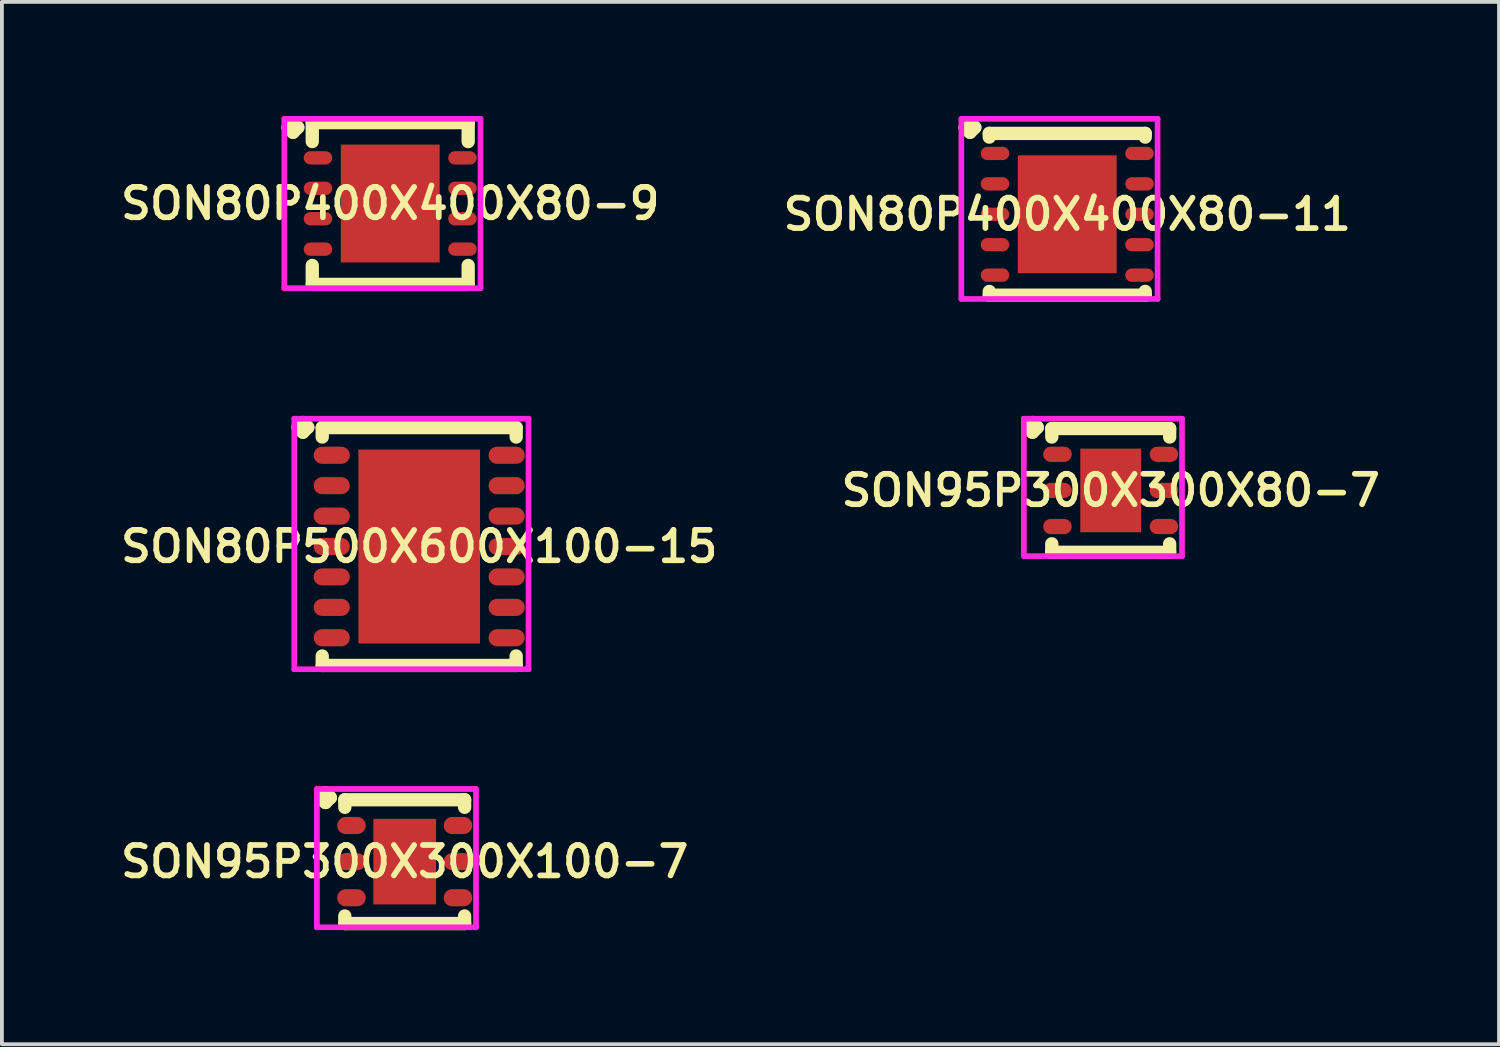
<source format=kicad_pcb>
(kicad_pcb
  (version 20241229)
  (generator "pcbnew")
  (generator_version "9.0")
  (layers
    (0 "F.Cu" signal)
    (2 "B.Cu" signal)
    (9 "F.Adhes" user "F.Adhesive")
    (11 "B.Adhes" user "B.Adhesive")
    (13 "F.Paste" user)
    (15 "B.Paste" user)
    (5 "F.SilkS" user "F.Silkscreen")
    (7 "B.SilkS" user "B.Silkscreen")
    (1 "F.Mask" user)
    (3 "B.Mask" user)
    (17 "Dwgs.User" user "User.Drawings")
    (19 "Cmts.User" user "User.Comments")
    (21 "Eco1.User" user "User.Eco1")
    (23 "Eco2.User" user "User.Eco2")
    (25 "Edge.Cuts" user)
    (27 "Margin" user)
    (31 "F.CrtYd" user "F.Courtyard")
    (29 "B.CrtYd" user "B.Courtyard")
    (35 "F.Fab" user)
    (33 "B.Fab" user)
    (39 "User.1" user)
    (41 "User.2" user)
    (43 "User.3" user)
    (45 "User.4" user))
  (footprint "SON80P400X400X80-9"
    (layer "F.Cu")
    (at 7.212 2.302)
    (property "Reference" "SON80P400X400X80-9" (at 0 0 0) (layer "F.SilkS") (effects (font (size 0.8 0.8) (thickness 0.15))))
    (attr smd)
    (fp_line (start -2.685 -2) (end -2.558 -2.127) (stroke (width 0.35) (type solid)) (layer "F.SilkS"))
    (fp_line (start -2.558 -2.127) (end -2.431 -2) (stroke (width 0.35) (type solid)) (layer "F.SilkS"))
    (fp_line (start -2.558 -1.873) (end -2.685 -2) (stroke (width 0.35) (type solid)) (layer "F.SilkS"))
    (fp_line (start -2.431 -2) (end -2.558 -1.873) (stroke (width 0.35) (type solid)) (layer "F.SilkS"))
    (fp_line (start -2.05 -2.127) (end 2.05 -2.127) (stroke (width 0.35) (type solid)) (layer "F.SilkS"))
    (fp_line (start -2.05 -1.629) (end -2.05 -2.127) (stroke (width 0.35) (type solid)) (layer "F.SilkS"))
    (fp_line (start -2.05 1.629) (end -2.05 2.127) (stroke (width 0.35) (type solid)) (layer "F.SilkS"))
    (fp_line (start -2.05 2.127) (end 2.05 2.127) (stroke (width 0.35) (type solid)) (layer "F.SilkS"))
    (fp_line (start 2.05 -2.127) (end 2.05 -1.629) (stroke (width 0.35) (type solid)) (layer "F.SilkS"))
    (fp_line (start 2.05 2.127) (end 2.05 1.629) (stroke (width 0.35) (type solid)) (layer "F.SilkS"))
    (fp_line (start -2.785 -2.227) (end 2.375 -2.227) (stroke (width 0.15) (type solid)) (layer "F.CrtYd"))
    (fp_line (start -2.785 2.227) (end -2.785 -2.227) (stroke (width 0.15) (type solid)) (layer "F.CrtYd"))
    (fp_line (start 2.375 -2.227) (end 2.375 2.227) (stroke (width 0.15) (type solid)) (layer "F.CrtYd"))
    (fp_line (start 2.375 2.227) (end -2.785 2.227) (stroke (width 0.15) (type solid)) (layer "F.CrtYd"))
    (pad "1" smd oval (at -1.9 -1.2) (size 0.75 0.35) (layers "F.Cu" "F.Mask" "F.Paste"))
    (pad "2" smd oval (at -1.9 -0.4) (size 0.75 0.35) (layers "F.Cu" "F.Mask" "F.Paste"))
    (pad "3" smd oval (at -1.9 0.4) (size 0.75 0.35) (layers "F.Cu" "F.Mask" "F.Paste"))
    (pad "4" smd oval (at -1.9 1.2) (size 0.75 0.35) (layers "F.Cu" "F.Mask" "F.Paste"))
    (pad "5" smd oval (at 1.9 1.2) (size 0.75 0.35) (layers "F.Cu" "F.Mask" "F.Paste"))
    (pad "6" smd oval (at 1.9 0.4) (size 0.75 0.35) (layers "F.Cu" "F.Mask" "F.Paste"))
    (pad "7" smd oval (at 1.9 -0.4) (size 0.75 0.35) (layers "F.Cu" "F.Mask" "F.Paste"))
    (pad "8" smd oval (at 1.9 -1.2) (size 0.75 0.35) (layers "F.Cu" "F.Mask" "F.Paste"))
    (pad "9" smd rect (at 0 0) (size 2.6 3.1) (layers "F.Cu" "F.Mask" "F.Paste")))
  (footprint "SON80P400X400X80-11"
    (layer "F.Cu")
    (at 25.016 2.585)
    (property "Reference" "SON80P400X400X80-11" (at 0 0 0) (layer "F.SilkS") (effects (font (size 0.8 0.8) (thickness 0.15))))
    (attr smd)
    (fp_line (start -2.685 -2.283) (end -2.558 -2.41) (stroke (width 0.35) (type solid)) (layer "F.SilkS"))
    (fp_line (start -2.558 -2.41) (end -2.431 -2.283) (stroke (width 0.35) (type solid)) (layer "F.SilkS"))
    (fp_line (start -2.558 -2.156) (end -2.685 -2.283) (stroke (width 0.35) (type solid)) (layer "F.SilkS"))
    (fp_line (start -2.431 -2.283) (end -2.558 -2.156) (stroke (width 0.35) (type solid)) (layer "F.SilkS"))
    (fp_line (start -2.05 -2.127) (end 2.05 -2.127) (stroke (width 0.35) (type solid)) (layer "F.SilkS"))
    (fp_line (start -2.05 -2.029) (end -2.05 -2.127) (stroke (width 0.35) (type solid)) (layer "F.SilkS"))
    (fp_line (start -2.05 2.029) (end -2.05 2.127) (stroke (width 0.35) (type solid)) (layer "F.SilkS"))
    (fp_line (start -2.05 2.127) (end 2.05 2.127) (stroke (width 0.35) (type solid)) (layer "F.SilkS"))
    (fp_line (start 2.05 -2.127) (end 2.05 -2.029) (stroke (width 0.35) (type solid)) (layer "F.SilkS"))
    (fp_line (start 2.05 2.127) (end 2.05 2.029) (stroke (width 0.35) (type solid)) (layer "F.SilkS"))
    (fp_line (start -2.785 -2.51) (end 2.375 -2.51) (stroke (width 0.15) (type solid)) (layer "F.CrtYd"))
    (fp_line (start -2.785 2.227) (end -2.785 -2.51) (stroke (width 0.15) (type solid)) (layer "F.CrtYd"))
    (fp_line (start 2.375 -2.51) (end 2.375 2.227) (stroke (width 0.15) (type solid)) (layer "F.CrtYd"))
    (fp_line (start 2.375 2.227) (end -2.785 2.227) (stroke (width 0.15) (type solid)) (layer "F.CrtYd"))
    (pad "1" smd oval (at -1.9 -1.6) (size 0.75 0.35) (layers "F.Cu" "F.Mask" "F.Paste"))
    (pad "2" smd oval (at -1.9 -0.8) (size 0.75 0.35) (layers "F.Cu" "F.Mask" "F.Paste"))
    (pad "3" smd oval (at -1.9 0) (size 0.75 0.35) (layers "F.Cu" "F.Mask" "F.Paste"))
    (pad "4" smd oval (at -1.9 0.8) (size 0.75 0.35) (layers "F.Cu" "F.Mask" "F.Paste"))
    (pad "5" smd oval (at -1.9 1.6) (size 0.75 0.35) (layers "F.Cu" "F.Mask" "F.Paste"))
    (pad "6" smd oval (at 1.9 1.6) (size 0.75 0.35) (layers "F.Cu" "F.Mask" "F.Paste"))
    (pad "7" smd oval (at 1.9 0.8) (size 0.75 0.35) (layers "F.Cu" "F.Mask" "F.Paste"))
    (pad "8" smd oval (at 1.9 0) (size 0.75 0.35) (layers "F.Cu" "F.Mask" "F.Paste"))
    (pad "9" smd oval (at 1.9 -0.8) (size 0.75 0.35) (layers "F.Cu" "F.Mask" "F.Paste"))
    (pad "10" smd oval (at 1.9 -1.6) (size 0.75 0.35) (layers "F.Cu" "F.Mask" "F.Paste"))
    (pad "11" smd rect (at 0 0) (size 2.6 3.1) (layers "F.Cu" "F.Mask" "F.Paste")))
  (footprint "SON95P300X300X100-7"
    (layer "F.Cu")
    (at 7.593 19.609)
    (property "Reference" "SON95P300X300X100-7" (at 0 0 0) (layer "F.SilkS") (effects (font (size 0.8 0.8) (thickness 0.15))))
    (attr smd)
    (fp_line (start -2.21 -1.683) (end -2.083 -1.81) (stroke (width 0.35) (type solid)) (layer "F.SilkS"))
    (fp_line (start -2.083 -1.81) (end -1.956 -1.683) (stroke (width 0.35) (type solid)) (layer "F.SilkS"))
    (fp_line (start -2.083 -1.556) (end -2.21 -1.683) (stroke (width 0.35) (type solid)) (layer "F.SilkS"))
    (fp_line (start -1.956 -1.683) (end -2.083 -1.556) (stroke (width 0.35) (type solid)) (layer "F.SilkS"))
    (fp_line (start -1.575 -1.627) (end 1.575 -1.627) (stroke (width 0.35) (type solid)) (layer "F.SilkS"))
    (fp_line (start -1.575 -1.429) (end -1.575 -1.627) (stroke (width 0.35) (type solid)) (layer "F.SilkS"))
    (fp_line (start -1.575 1.429) (end -1.575 1.627) (stroke (width 0.35) (type solid)) (layer "F.SilkS"))
    (fp_line (start -1.575 1.627) (end 1.575 1.627) (stroke (width 0.35) (type solid)) (layer "F.SilkS"))
    (fp_line (start 1.575 -1.627) (end 1.575 -1.429) (stroke (width 0.35) (type solid)) (layer "F.SilkS"))
    (fp_line (start 1.575 1.627) (end 1.575 1.429) (stroke (width 0.35) (type solid)) (layer "F.SilkS"))
    (fp_line (start -2.31 -1.91) (end 1.875 -1.91) (stroke (width 0.15) (type solid)) (layer "F.CrtYd"))
    (fp_line (start -2.31 1.727) (end -2.31 -1.91) (stroke (width 0.15) (type solid)) (layer "F.CrtYd"))
    (fp_line (start 1.875 -1.91) (end 1.875 1.727) (stroke (width 0.15) (type solid)) (layer "F.CrtYd"))
    (fp_line (start 1.875 1.727) (end -2.31 1.727) (stroke (width 0.15) (type solid)) (layer "F.CrtYd"))
    (pad "1" smd oval (at -1.4 -0.95) (size 0.75 0.45) (layers "F.Cu" "F.Mask" "F.Paste"))
    (pad "2" smd oval (at -1.4 0) (size 0.75 0.45) (layers "F.Cu" "F.Mask" "F.Paste"))
    (pad "3" smd oval (at -1.4 0.95) (size 0.75 0.45) (layers "F.Cu" "F.Mask" "F.Paste"))
    (pad "4" smd oval (at 1.4 0.95) (size 0.75 0.45) (layers "F.Cu" "F.Mask" "F.Paste"))
    (pad "5" smd oval (at 1.4 0) (size 0.75 0.45) (layers "F.Cu" "F.Mask" "F.Paste"))
    (pad "6" smd oval (at 1.4 -0.95) (size 0.75 0.45) (layers "F.Cu" "F.Mask" "F.Paste"))
    (pad "7" smd rect (at 0 0) (size 1.65 2.25) (layers "F.Cu" "F.Mask" "F.Paste")))
  (footprint "SON80P500X600X100-15"
    (layer "F.Cu")
    (at 7.974 11.322)
    (property "Reference" "SON80P500X600X100-15" (at 0 0 0) (layer "F.SilkS") (effects (font (size 0.8 0.8) (thickness 0.15))))
    (attr smd)
    (fp_line (start -3.185 -3.133) (end -3.058 -3.26) (stroke (width 0.35) (type solid)) (layer "F.SilkS"))
    (fp_line (start -3.058 -3.26) (end -2.931 -3.133) (stroke (width 0.35) (type solid)) (layer "F.SilkS"))
    (fp_line (start -3.058 -3.006) (end -3.185 -3.133) (stroke (width 0.35) (type solid)) (layer "F.SilkS"))
    (fp_line (start -2.931 -3.133) (end -3.058 -3.006) (stroke (width 0.35) (type solid)) (layer "F.SilkS"))
    (fp_line (start -2.55 -3.127) (end 2.55 -3.127) (stroke (width 0.35) (type solid)) (layer "F.SilkS"))
    (fp_line (start -2.55 -2.879) (end -2.55 -3.127) (stroke (width 0.35) (type solid)) (layer "F.SilkS"))
    (fp_line (start -2.55 2.879) (end -2.55 3.127) (stroke (width 0.35) (type solid)) (layer "F.SilkS"))
    (fp_line (start -2.55 3.127) (end 2.55 3.127) (stroke (width 0.35) (type solid)) (layer "F.SilkS"))
    (fp_line (start 2.55 -3.127) (end 2.55 -2.879) (stroke (width 0.35) (type solid)) (layer "F.SilkS"))
    (fp_line (start 2.55 3.127) (end 2.55 2.879) (stroke (width 0.35) (type solid)) (layer "F.SilkS"))
    (fp_line (start -3.285 -3.36) (end 2.875 -3.36) (stroke (width 0.15) (type solid)) (layer "F.CrtYd"))
    (fp_line (start -3.285 3.227) (end -3.285 -3.36) (stroke (width 0.15) (type solid)) (layer "F.CrtYd"))
    (fp_line (start 2.875 -3.36) (end 2.875 3.227) (stroke (width 0.15) (type solid)) (layer "F.CrtYd"))
    (fp_line (start 2.875 3.227) (end -3.285 3.227) (stroke (width 0.15) (type solid)) (layer "F.CrtYd"))
    (pad "1" smd oval (at -2.3 -2.4) (size 0.95 0.45) (layers "F.Cu" "F.Mask" "F.Paste"))
    (pad "2" smd oval (at -2.3 -1.6) (size 0.95 0.45) (layers "F.Cu" "F.Mask" "F.Paste"))
    (pad "3" smd oval (at -2.3 -0.8) (size 0.95 0.45) (layers "F.Cu" "F.Mask" "F.Paste"))
    (pad "4" smd oval (at -2.3 0) (size 0.95 0.45) (layers "F.Cu" "F.Mask" "F.Paste"))
    (pad "5" smd oval (at -2.3 0.8) (size 0.95 0.45) (layers "F.Cu" "F.Mask" "F.Paste"))
    (pad "6" smd oval (at -2.3 1.6) (size 0.95 0.45) (layers "F.Cu" "F.Mask" "F.Paste"))
    (pad "7" smd oval (at -2.3 2.4) (size 0.95 0.45) (layers "F.Cu" "F.Mask" "F.Paste"))
    (pad "8" smd oval (at 2.3 2.4) (size 0.95 0.45) (layers "F.Cu" "F.Mask" "F.Paste"))
    (pad "9" smd oval (at 2.3 1.6) (size 0.95 0.45) (layers "F.Cu" "F.Mask" "F.Paste"))
    (pad "10" smd oval (at 2.3 0.8) (size 0.95 0.45) (layers "F.Cu" "F.Mask" "F.Paste"))
    (pad "11" smd oval (at 2.3 0) (size 0.95 0.45) (layers "F.Cu" "F.Mask" "F.Paste"))
    (pad "12" smd oval (at 2.3 -0.8) (size 0.95 0.45) (layers "F.Cu" "F.Mask" "F.Paste"))
    (pad "13" smd oval (at 2.3 -1.6) (size 0.95 0.45) (layers "F.Cu" "F.Mask" "F.Paste"))
    (pad "14" smd oval (at 2.3 -2.4) (size 0.95 0.45) (layers "F.Cu" "F.Mask" "F.Paste"))
    (pad "15" smd rect (at 0 0) (size 3.2 5.1) (layers "F.Cu" "F.Mask" "F.Paste")))
  (footprint "SON95P300X300X80-7"
    (layer "F.Cu")
    (at 26.159 9.847)
    (property "Reference" "SON95P300X300X80-7" (at 0 0 0) (layer "F.SilkS") (effects (font (size 0.8 0.8) (thickness 0.15))))
    (attr smd)
    (fp_line (start -2.185 -1.658) (end -2.058 -1.785) (stroke (width 0.35) (type solid)) (layer "F.SilkS"))
    (fp_line (start -2.058 -1.785) (end -1.931 -1.658) (stroke (width 0.35) (type solid)) (layer "F.SilkS"))
    (fp_line (start -2.058 -1.531) (end -2.185 -1.658) (stroke (width 0.35) (type solid)) (layer "F.SilkS"))
    (fp_line (start -1.931 -1.658) (end -2.058 -1.531) (stroke (width 0.35) (type solid)) (layer "F.SilkS"))
    (fp_line (start -1.55 -1.627) (end 1.55 -1.627) (stroke (width 0.35) (type solid)) (layer "F.SilkS"))
    (fp_line (start -1.55 -1.404) (end -1.55 -1.627) (stroke (width 0.35) (type solid)) (layer "F.SilkS"))
    (fp_line (start -1.55 1.404) (end -1.55 1.627) (stroke (width 0.35) (type solid)) (layer "F.SilkS"))
    (fp_line (start -1.55 1.627) (end 1.55 1.627) (stroke (width 0.35) (type solid)) (layer "F.SilkS"))
    (fp_line (start 1.55 -1.627) (end 1.55 -1.404) (stroke (width 0.35) (type solid)) (layer "F.SilkS"))
    (fp_line (start 1.55 1.627) (end 1.55 1.404) (stroke (width 0.35) (type solid)) (layer "F.SilkS"))
    (fp_line (start -2.285 -1.885) (end 1.875 -1.885) (stroke (width 0.15) (type solid)) (layer "F.CrtYd"))
    (fp_line (start -2.285 1.727) (end -2.285 -1.885) (stroke (width 0.15) (type solid)) (layer "F.CrtYd"))
    (fp_line (start 1.875 -1.885) (end 1.875 1.727) (stroke (width 0.15) (type solid)) (layer "F.CrtYd"))
    (fp_line (start 1.875 1.727) (end -2.285 1.727) (stroke (width 0.15) (type solid)) (layer "F.CrtYd"))
    (pad "1" smd oval (at -1.4 -0.95) (size 0.75 0.4) (layers "F.Cu" "F.Mask" "F.Paste"))
    (pad "2" smd oval (at -1.4 0) (size 0.75 0.4) (layers "F.Cu" "F.Mask" "F.Paste"))
    (pad "3" smd oval (at -1.4 0.95) (size 0.75 0.4) (layers "F.Cu" "F.Mask" "F.Paste"))
    (pad "4" smd oval (at 1.4 0.95) (size 0.75 0.4) (layers "F.Cu" "F.Mask" "F.Paste"))
    (pad "5" smd oval (at 1.4 0) (size 0.75 0.4) (layers "F.Cu" "F.Mask" "F.Paste"))
    (pad "6" smd oval (at 1.4 -0.95) (size 0.75 0.4) (layers "F.Cu" "F.Mask" "F.Paste"))
    (pad "7" smd rect (at 0 0) (size 1.6 2.2) (layers "F.Cu" "F.Mask" "F.Paste")))
  (gr_rect
    (start -3 -3)
    (end 36.37 24.411)
    (stroke (width 0.1) (type default))
    (fill no)
    (layer "Edge.Cuts")))
</source>
